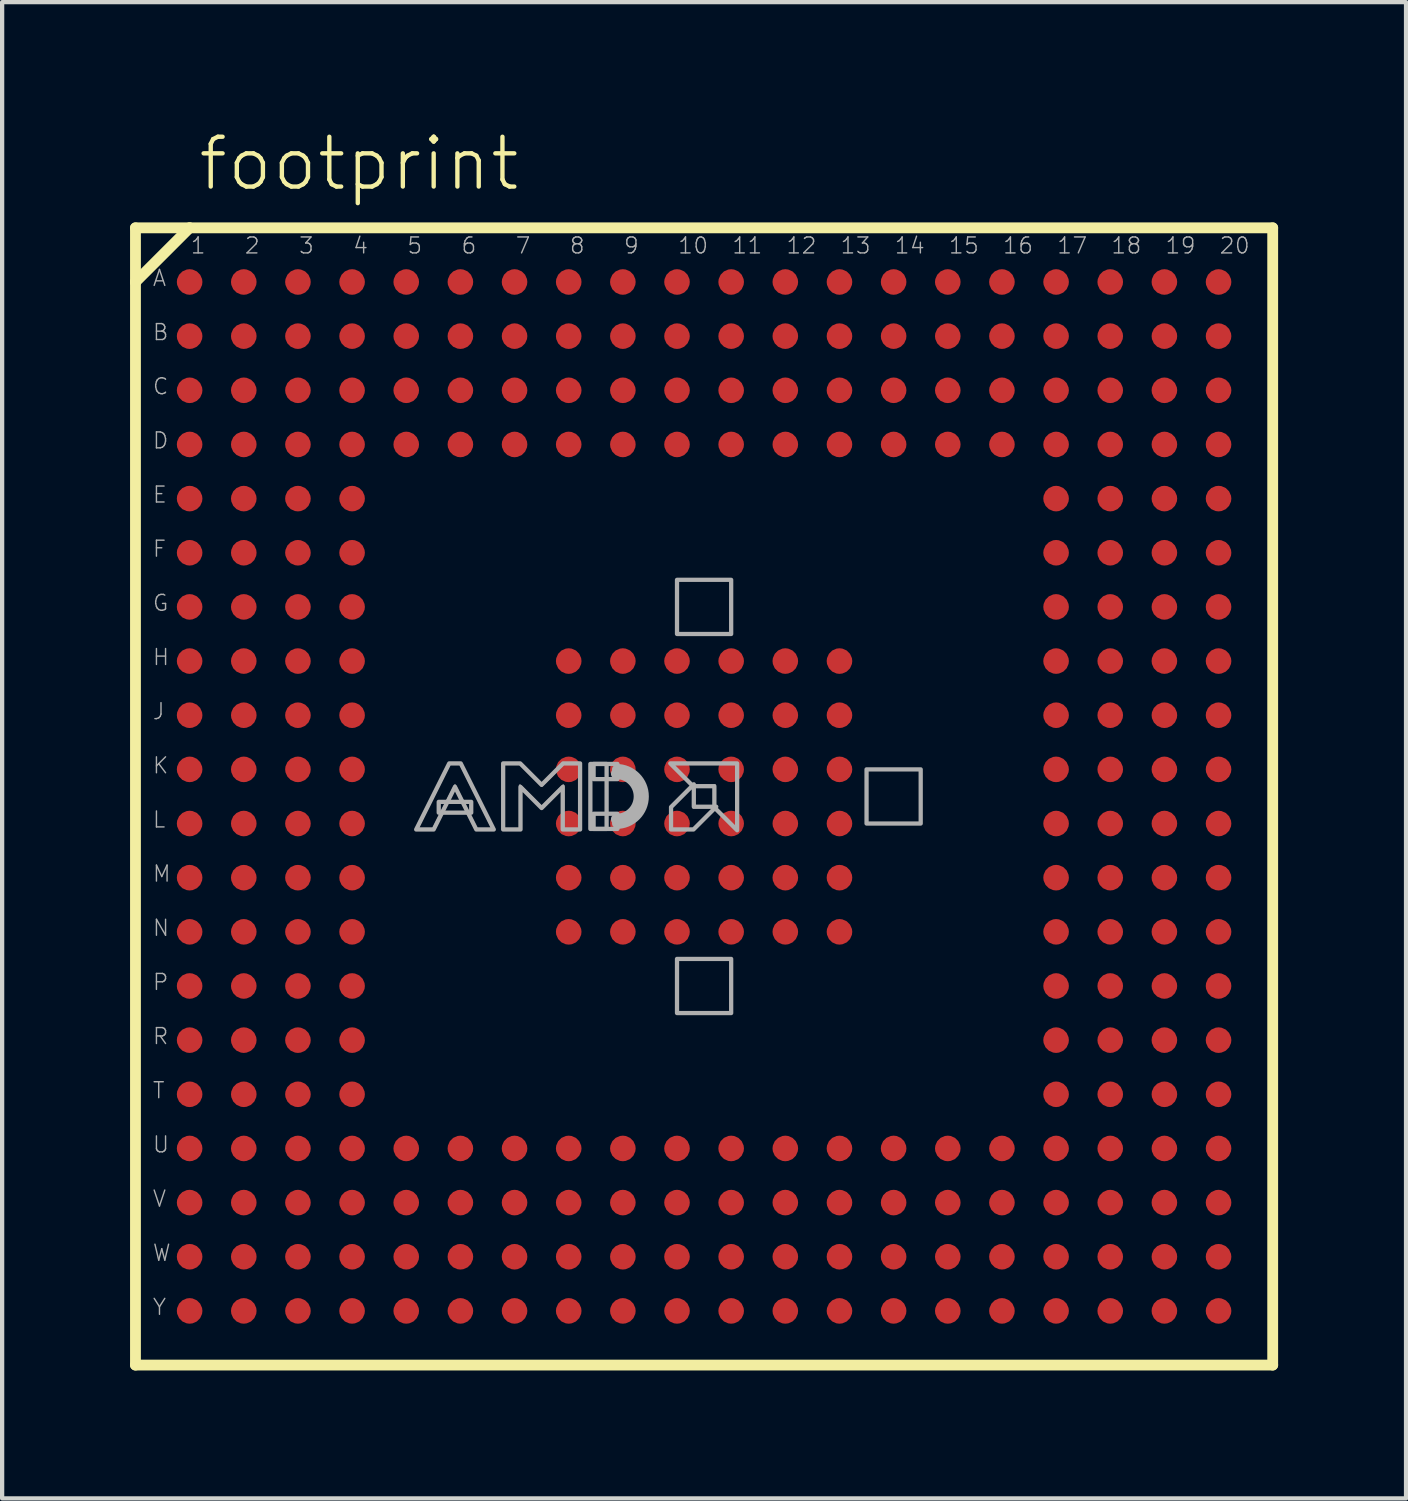
<source format=kicad_pcb>
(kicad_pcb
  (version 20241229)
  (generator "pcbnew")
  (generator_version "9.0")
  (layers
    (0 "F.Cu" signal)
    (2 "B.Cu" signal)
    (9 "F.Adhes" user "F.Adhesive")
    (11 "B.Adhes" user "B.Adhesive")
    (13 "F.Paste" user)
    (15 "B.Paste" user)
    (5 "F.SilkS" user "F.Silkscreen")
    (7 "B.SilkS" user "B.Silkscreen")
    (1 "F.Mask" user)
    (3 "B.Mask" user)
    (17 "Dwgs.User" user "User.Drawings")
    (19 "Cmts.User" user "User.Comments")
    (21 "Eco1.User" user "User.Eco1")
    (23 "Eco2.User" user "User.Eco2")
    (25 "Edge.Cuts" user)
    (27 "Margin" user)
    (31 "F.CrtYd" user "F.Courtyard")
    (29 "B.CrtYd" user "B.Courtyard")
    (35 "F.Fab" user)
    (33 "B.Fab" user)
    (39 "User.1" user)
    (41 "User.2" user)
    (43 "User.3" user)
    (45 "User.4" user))
  (footprint "footprint"
    (layer "F.Cu")
    (at 13.462 15.628)
    (property "Reference" "footprint" (at -11.915 -14.155 0) (layer "F.SilkS") (effects (font (size 1.168 1.168) (thickness 0.102)) (justify left bottom)))
    (fp_line (start -13.335 -13.335) (end -12.065 -13.335) (stroke (width 0.254) (type solid)) (layer "F.SilkS"))
    (fp_line (start -13.335 -12.065) (end -13.335 -13.335) (stroke (width 0.254) (type solid)) (layer "F.SilkS"))
    (fp_line (start -13.335 13.335) (end -13.335 -12.065) (stroke (width 0.254) (type solid)) (layer "F.SilkS"))
    (fp_line (start -12.065 -13.335) (end -13.335 -12.065) (stroke (width 0.254) (type solid)) (layer "F.SilkS"))
    (fp_line (start -12.065 -13.335) (end 13.335 -13.335) (stroke (width 0.254) (type solid)) (layer "F.SilkS"))
    (fp_line (start 13.335 -13.335) (end 13.335 13.335) (stroke (width 0.254) (type solid)) (layer "F.SilkS"))
    (fp_line (start 13.335 13.335) (end -13.335 13.335) (stroke (width 0.254) (type solid)) (layer "F.SilkS"))
    (fp_line (start -6.731 0.762) (end -5.969 -0.762) (stroke (width 0.051) (type solid)) (layer "F.Fab"))
    (fp_line (start -6.35 0.762) (end -6.731 0.762) (stroke (width 0.051) (type solid)) (layer "F.Fab"))
    (fp_line (start -5.969 -0.762) (end -5.715 -0.762) (stroke (width 0.051) (type solid)) (layer "F.Fab"))
    (fp_line (start -5.842 -0.254) (end -6.35 0.762) (stroke (width 0.051) (type solid)) (layer "F.Fab"))
    (fp_line (start -5.715 -0.762) (end -4.953 0.762) (stroke (width 0.051) (type solid)) (layer "F.Fab"))
    (fp_line (start -5.334 0.762) (end -5.842 -0.254) (stroke (width 0.051) (type solid)) (layer "F.Fab"))
    (fp_line (start -4.953 0.762) (end -5.334 0.762) (stroke (width 0.051) (type solid)) (layer "F.Fab"))
    (fp_line (start -4.699 -0.762) (end -4.318 -0.762) (stroke (width 0.051) (type solid)) (layer "F.Fab"))
    (fp_line (start -4.699 0.762) (end -4.699 -0.762) (stroke (width 0.051) (type solid)) (layer "F.Fab"))
    (fp_line (start -4.318 -0.762) (end -3.81 -0.254) (stroke (width 0.051) (type solid)) (layer "F.Fab"))
    (fp_line (start -4.318 -0.254) (end -4.318 0.762) (stroke (width 0.051) (type solid)) (layer "F.Fab"))
    (fp_line (start -4.318 0.762) (end -4.699 0.762) (stroke (width 0.051) (type solid)) (layer "F.Fab"))
    (fp_line (start -3.81 -0.254) (end -3.302 -0.762) (stroke (width 0.051) (type solid)) (layer "F.Fab"))
    (fp_line (start -3.81 0.254) (end -4.318 -0.254) (stroke (width 0.051) (type solid)) (layer "F.Fab"))
    (fp_line (start -3.302 -0.762) (end -2.921 -0.762) (stroke (width 0.051) (type solid)) (layer "F.Fab"))
    (fp_line (start -3.302 -0.254) (end -3.81 0.254) (stroke (width 0.051) (type solid)) (layer "F.Fab"))
    (fp_line (start -3.302 0.762) (end -3.302 -0.254) (stroke (width 0.051) (type solid)) (layer "F.Fab"))
    (fp_line (start -2.921 -0.762) (end -2.921 0.762) (stroke (width 0.051) (type solid)) (layer "F.Fab"))
    (fp_line (start -2.921 0.762) (end -3.302 0.762) (stroke (width 0.051) (type solid)) (layer "F.Fab"))
    (fp_line (start -0.762 -0.762) (end 0.762 -0.762) (stroke (width 0.051) (type solid)) (layer "F.Fab"))
    (fp_line (start -0.762 0.254) (end -0.762 0.762) (stroke (width 0.051) (type solid)) (layer "F.Fab"))
    (fp_line (start -0.762 0.762) (end -0.254 0.762) (stroke (width 0.051) (type solid)) (layer "F.Fab"))
    (fp_line (start -0.254 -0.254) (end -0.762 -0.762) (stroke (width 0.051) (type solid)) (layer "F.Fab"))
    (fp_line (start -0.254 -0.254) (end -0.762 0.254) (stroke (width 0.051) (type solid)) (layer "F.Fab"))
    (fp_line (start -0.254 0.254) (end -0.254 -0.254) (stroke (width 0.051) (type solid)) (layer "F.Fab"))
    (fp_line (start -0.254 0.762) (end 0.254 0.254) (stroke (width 0.051) (type solid)) (layer "F.Fab"))
    (fp_line (start 0.254 -0.254) (end -0.254 -0.254) (stroke (width 0.051) (type solid)) (layer "F.Fab"))
    (fp_line (start 0.254 0.254) (end -0.254 0.254) (stroke (width 0.051) (type solid)) (layer "F.Fab"))
    (fp_line (start 0.254 0.254) (end 0.254 -0.254) (stroke (width 0.051) (type solid)) (layer "F.Fab"))
    (fp_line (start 0.762 -0.762) (end 0.762 0.762) (stroke (width 0.051) (type solid)) (layer "F.Fab"))
    (fp_line (start 0.762 0.762) (end 0.254 0.254) (stroke (width 0.051) (type solid)) (layer "F.Fab"))
    (fp_arc (start -2.0574 -0.7366) (mid -1.3208 0) (end -2.0574 0.7366) (stroke (width 0.0508) (type solid)) (layer "F.Fab"))
    (fp_arc (start -2.0574 -0.635) (mid -1.4224 0) (end -2.0574 0.635) (stroke (width 0.2032) (type solid)) (layer "F.Fab"))
    (fp_arc (start -2.0574 -0.5334) (mid -1.524 0) (end -2.0574 0.5334) (stroke (width 0.254) (type solid)) (layer "F.Fab"))
    (fp_poly (pts (xy -6.223 0.381) (xy -5.461 0.381) (xy -5.461 0.127) (xy -6.223 0.127)) (stroke (width 0.1) (type solid)) (fill no) (layer "F.Fab"))
    (fp_poly (pts (xy -2.667 0.762) (xy -2.286 0.762) (xy -2.286 -0.762) (xy -2.667 -0.762)) (stroke (width 0.1) (type solid)) (fill no) (layer "F.Fab"))
    (fp_poly (pts (xy -2.591 -0.406) (xy -2.032 -0.406) (xy -2.032 -0.762) (xy -2.591 -0.762)) (stroke (width 0.1) (type solid)) (fill no) (layer "F.Fab"))
    (fp_poly (pts (xy -2.591 0.762) (xy -2.032 0.762) (xy -2.032 0.406) (xy -2.591 0.406)) (stroke (width 0.1) (type solid)) (fill no) (layer "F.Fab"))
    (fp_poly (pts (xy -0.635 -3.81) (xy 0.635 -3.81) (xy 0.635 -5.08) (xy -0.635 -5.08)) (stroke (width 0.1) (type solid)) (fill no) (layer "F.Fab"))
    (fp_poly (pts (xy -0.635 5.08) (xy 0.635 5.08) (xy 0.635 3.81) (xy -0.635 3.81)) (stroke (width 0.1) (type solid)) (fill no) (layer "F.Fab"))
    (fp_poly (pts (xy 3.81 0.635) (xy 5.08 0.635) (xy 5.08 -0.635) (xy 3.81 -0.635)) (stroke (width 0.1) (type solid)) (fill no) (layer "F.Fab"))
    (fp_poly (pts (xy -0.241 0.241) (xy 0.285 0.241) (xy -0.249 0.775) (xy -0.775 0.775) (xy -0.775 0.249) (xy -0.241 -0.285)) (stroke (width 0.1) (type solid)) (fill no) (layer "F.Fab"))
    (fp_poly (pts (xy 0.775 0.793) (xy 0.241 0.259) (xy 0.241 -0.241) (xy -0.259 -0.241) (xy -0.793 -0.775) (xy 0.775 -0.775)) (stroke (width 0.1) (type solid)) (fill no) (layer "F.Fab"))
    (fp_poly (pts (xy -4.932 0.775) (xy -5.342 0.775) (xy -5.842 -0.226) (xy -6.342 0.775) (xy -6.752 0.775) (xy -5.977 -0.775) (xy -5.707 -0.775)) (stroke (width 0.1) (type solid)) (fill no) (layer "F.Fab"))
    (fp_poly (pts (xy -3.81 -0.272) (xy -3.307 -0.775) (xy -2.908 -0.775) (xy -2.908 0.775) (xy -3.315 0.775) (xy -3.315 -0.223) (xy -3.81 0.272) (xy -4.305 -0.223) (xy -4.305 0.775) (xy -4.712 0.775) (xy -4.712 -0.775) (xy -4.313 -0.775)) (stroke (width 0.1) (type solid)) (fill no) (layer "F.Fab"))
    (fp_text user "F" (at -12.954 -5.588 0) (layer "F.Fab") (effects (font (size 0.374 0.374) (thickness 0.033)) (justify left bottom)))
    (fp_text user "6" (at -5.715 -12.7 0) (layer "F.Fab") (effects (font (size 0.374 0.374) (thickness 0.033)) (justify left bottom)))
    (fp_text user "L" (at -12.954 0.762 0) (layer "F.Fab") (effects (font (size 0.374 0.374) (thickness 0.033)) (justify left bottom)))
    (fp_text user "3" (at -9.525 -12.7 0) (layer "F.Fab") (effects (font (size 0.374 0.374) (thickness 0.033)) (justify left bottom)))
    (fp_text user "J" (at -12.954 -1.778 0) (layer "F.Fab") (effects (font (size 0.374 0.374) (thickness 0.033)) (justify left bottom)))
    (fp_text user "12" (at 1.905 -12.7 0) (layer "F.Fab") (effects (font (size 0.374 0.374) (thickness 0.033)) (justify left bottom)))
    (fp_text user "13" (at 3.175 -12.7 0) (layer "F.Fab") (effects (font (size 0.374 0.374) (thickness 0.033)) (justify left bottom)))
    (fp_text user "18" (at 9.525 -12.7 0) (layer "F.Fab") (effects (font (size 0.374 0.374) (thickness 0.033)) (justify left bottom)))
    (fp_text user "D" (at -12.954 -8.128 0) (layer "F.Fab") (effects (font (size 0.374 0.374) (thickness 0.033)) (justify left bottom)))
    (fp_text user "T" (at -12.954 7.112 0) (layer "F.Fab") (effects (font (size 0.374 0.374) (thickness 0.033)) (justify left bottom)))
    (fp_text user "7" (at -4.445 -12.7 0) (layer "F.Fab") (effects (font (size 0.374 0.374) (thickness 0.033)) (justify left bottom)))
    (fp_text user "H" (at -12.954 -3.048 0) (layer "F.Fab") (effects (font (size 0.374 0.374) (thickness 0.033)) (justify left bottom)))
    (fp_text user "10" (at -0.635 -12.7 0) (layer "F.Fab") (effects (font (size 0.374 0.374) (thickness 0.033)) (justify left bottom)))
    (fp_text user "G" (at -12.954 -4.318 0) (layer "F.Fab") (effects (font (size 0.374 0.374) (thickness 0.033)) (justify left bottom)))
    (fp_text user "Y" (at -12.954 12.192 0) (layer "F.Fab") (effects (font (size 0.374 0.374) (thickness 0.033)) (justify left bottom)))
    (fp_text user "P" (at -12.954 4.572 0) (layer "F.Fab") (effects (font (size 0.374 0.374) (thickness 0.033)) (justify left bottom)))
    (fp_text user "B" (at -12.954 -10.668 0) (layer "F.Fab") (effects (font (size 0.374 0.374) (thickness 0.033)) (justify left bottom)))
    (fp_text user "17" (at 8.255 -12.7 0) (layer "F.Fab") (effects (font (size 0.374 0.374) (thickness 0.033)) (justify left bottom)))
    (fp_text user "11" (at 0.635 -12.7 0) (layer "F.Fab") (effects (font (size 0.374 0.374) (thickness 0.033)) (justify left bottom)))
    (fp_text user "M" (at -12.954 2.032 0) (layer "F.Fab") (effects (font (size 0.374 0.374) (thickness 0.033)) (justify left bottom)))
    (fp_text user "15" (at 5.715 -12.7 0) (layer "F.Fab") (effects (font (size 0.374 0.374) (thickness 0.033)) (justify left bottom)))
    (fp_text user "4" (at -8.255 -12.7 0) (layer "F.Fab") (effects (font (size 0.374 0.374) (thickness 0.033)) (justify left bottom)))
    (fp_text user "20" (at 12.065 -12.7 0) (layer "F.Fab") (effects (font (size 0.374 0.374) (thickness 0.033)) (justify left bottom)))
    (fp_text user "14" (at 4.445 -12.7 0) (layer "F.Fab") (effects (font (size 0.374 0.374) (thickness 0.033)) (justify left bottom)))
    (fp_text user "C" (at -12.954 -9.398 0) (layer "F.Fab") (effects (font (size 0.374 0.374) (thickness 0.033)) (justify left bottom)))
    (fp_text user "16" (at 6.985 -12.7 0) (layer "F.Fab") (effects (font (size 0.374 0.374) (thickness 0.033)) (justify left bottom)))
    (fp_text user "8" (at -3.175 -12.7 0) (layer "F.Fab") (effects (font (size 0.374 0.374) (thickness 0.033)) (justify left bottom)))
    (fp_text user "9" (at -1.905 -12.7 0) (layer "F.Fab") (effects (font (size 0.374 0.374) (thickness 0.033)) (justify left bottom)))
    (fp_text user "V" (at -12.954 9.652 0) (layer "F.Fab") (effects (font (size 0.374 0.374) (thickness 0.033)) (justify left bottom)))
    (fp_text user "N" (at -12.954 3.302 0) (layer "F.Fab") (effects (font (size 0.374 0.374) (thickness 0.033)) (justify left bottom)))
    (fp_text user "19" (at 10.795 -12.7 0) (layer "F.Fab") (effects (font (size 0.374 0.374) (thickness 0.033)) (justify left bottom)))
    (fp_text user "R" (at -12.954 5.842 0) (layer "F.Fab") (effects (font (size 0.374 0.374) (thickness 0.033)) (justify left bottom)))
    (fp_text user "5" (at -6.985 -12.7 0) (layer "F.Fab") (effects (font (size 0.374 0.374) (thickness 0.033)) (justify left bottom)))
    (fp_text user "K" (at -12.954 -0.508 0) (layer "F.Fab") (effects (font (size 0.374 0.374) (thickness 0.033)) (justify left bottom)))
    (fp_text user "E" (at -12.954 -6.858 0) (layer "F.Fab") (effects (font (size 0.374 0.374) (thickness 0.033)) (justify left bottom)))
    (fp_text user "U" (at -12.954 8.382 0) (layer "F.Fab") (effects (font (size 0.374 0.374) (thickness 0.033)) (justify left bottom)))
    (fp_text user "1" (at -12.065 -12.7 0) (layer "F.Fab") (effects (font (size 0.374 0.374) (thickness 0.033)) (justify left bottom)))
    (fp_text user "A" (at -12.954 -11.938 0) (layer "F.Fab") (effects (font (size 0.374 0.374) (thickness 0.033)) (justify left bottom)))
    (fp_text user "W" (at -12.954 10.922 0) (layer "F.Fab") (effects (font (size 0.374 0.374) (thickness 0.033)) (justify left bottom)))
    (fp_text user "2" (at -10.795 -12.7 0) (layer "F.Fab") (effects (font (size 0.374 0.374) (thickness 0.033)) (justify left bottom)))
    (pad "A01" smd roundrect (at -12.065 -12.065) (size 0.6 0.6) (layers "F.Cu" "F.Mask" "F.Paste") (roundrect_rratio 0.5))
    (pad "A02" smd roundrect (at -10.795 -12.065) (size 0.6 0.6) (layers "F.Cu" "F.Mask" "F.Paste") (roundrect_rratio 0.5))
    (pad "A03" smd roundrect (at -9.525 -12.065) (size 0.6 0.6) (layers "F.Cu" "F.Mask" "F.Paste") (roundrect_rratio 0.5))
    (pad "A04" smd roundrect (at -8.255 -12.065) (size 0.6 0.6) (layers "F.Cu" "F.Mask" "F.Paste") (roundrect_rratio 0.5))
    (pad "A05" smd roundrect (at -6.985 -12.065) (size 0.6 0.6) (layers "F.Cu" "F.Mask" "F.Paste") (roundrect_rratio 0.5))
    (pad "A06" smd roundrect (at -5.715 -12.065) (size 0.6 0.6) (layers "F.Cu" "F.Mask" "F.Paste") (roundrect_rratio 0.5))
    (pad "A07" smd roundrect (at -4.445 -12.065) (size 0.6 0.6) (layers "F.Cu" "F.Mask" "F.Paste") (roundrect_rratio 0.5))
    (pad "A08" smd roundrect (at -3.175 -12.065) (size 0.6 0.6) (layers "F.Cu" "F.Mask" "F.Paste") (roundrect_rratio 0.5))
    (pad "A09" smd roundrect (at -1.905 -12.065) (size 0.6 0.6) (layers "F.Cu" "F.Mask" "F.Paste") (roundrect_rratio 0.5))
    (pad "A10" smd roundrect (at -0.635 -12.065) (size 0.6 0.6) (layers "F.Cu" "F.Mask" "F.Paste") (roundrect_rratio 0.5))
    (pad "A11" smd roundrect (at 0.635 -12.065) (size 0.6 0.6) (layers "F.Cu" "F.Mask" "F.Paste") (roundrect_rratio 0.5))
    (pad "A12" smd roundrect (at 1.905 -12.065) (size 0.6 0.6) (layers "F.Cu" "F.Mask" "F.Paste") (roundrect_rratio 0.5))
    (pad "A13" smd roundrect (at 3.175 -12.065) (size 0.6 0.6) (layers "F.Cu" "F.Mask" "F.Paste") (roundrect_rratio 0.5))
    (pad "A14" smd roundrect (at 4.445 -12.065) (size 0.6 0.6) (layers "F.Cu" "F.Mask" "F.Paste") (roundrect_rratio 0.5))
    (pad "A15" smd roundrect (at 5.715 -12.065) (size 0.6 0.6) (layers "F.Cu" "F.Mask" "F.Paste") (roundrect_rratio 0.5))
    (pad "A16" smd roundrect (at 6.985 -12.065) (size 0.6 0.6) (layers "F.Cu" "F.Mask" "F.Paste") (roundrect_rratio 0.5))
    (pad "A17" smd roundrect (at 8.255 -12.065) (size 0.6 0.6) (layers "F.Cu" "F.Mask" "F.Paste") (roundrect_rratio 0.5))
    (pad "A18" smd roundrect (at 9.525 -12.065) (size 0.6 0.6) (layers "F.Cu" "F.Mask" "F.Paste") (roundrect_rratio 0.5))
    (pad "A19" smd roundrect (at 10.795 -12.065) (size 0.6 0.6) (layers "F.Cu" "F.Mask" "F.Paste") (roundrect_rratio 0.5))
    (pad "A20" smd roundrect (at 12.065 -12.065) (size 0.6 0.6) (layers "F.Cu" "F.Mask" "F.Paste") (roundrect_rratio 0.5))
    (pad "B01" smd roundrect (at -12.065 -10.795) (size 0.6 0.6) (layers "F.Cu" "F.Mask" "F.Paste") (roundrect_rratio 0.5))
    (pad "B02" smd roundrect (at -10.795 -10.795) (size 0.6 0.6) (layers "F.Cu" "F.Mask" "F.Paste") (roundrect_rratio 0.5))
    (pad "B03" smd roundrect (at -9.525 -10.795) (size 0.6 0.6) (layers "F.Cu" "F.Mask" "F.Paste") (roundrect_rratio 0.5))
    (pad "B04" smd roundrect (at -8.255 -10.795) (size 0.6 0.6) (layers "F.Cu" "F.Mask" "F.Paste") (roundrect_rratio 0.5))
    (pad "B05" smd roundrect (at -6.985 -10.795) (size 0.6 0.6) (layers "F.Cu" "F.Mask" "F.Paste") (roundrect_rratio 0.5))
    (pad "B06" smd roundrect (at -5.715 -10.795) (size 0.6 0.6) (layers "F.Cu" "F.Mask" "F.Paste") (roundrect_rratio 0.5))
    (pad "B07" smd roundrect (at -4.445 -10.795) (size 0.6 0.6) (layers "F.Cu" "F.Mask" "F.Paste") (roundrect_rratio 0.5))
    (pad "B08" smd roundrect (at -3.175 -10.795) (size 0.6 0.6) (layers "F.Cu" "F.Mask" "F.Paste") (roundrect_rratio 0.5))
    (pad "B09" smd roundrect (at -1.905 -10.795) (size 0.6 0.6) (layers "F.Cu" "F.Mask" "F.Paste") (roundrect_rratio 0.5))
    (pad "B10" smd roundrect (at -0.635 -10.795) (size 0.6 0.6) (layers "F.Cu" "F.Mask" "F.Paste") (roundrect_rratio 0.5))
    (pad "B11" smd roundrect (at 0.635 -10.795) (size 0.6 0.6) (layers "F.Cu" "F.Mask" "F.Paste") (roundrect_rratio 0.5))
    (pad "B12" smd roundrect (at 1.905 -10.795) (size 0.6 0.6) (layers "F.Cu" "F.Mask" "F.Paste") (roundrect_rratio 0.5))
    (pad "B13" smd roundrect (at 3.175 -10.795) (size 0.6 0.6) (layers "F.Cu" "F.Mask" "F.Paste") (roundrect_rratio 0.5))
    (pad "B14" smd roundrect (at 4.445 -10.795) (size 0.6 0.6) (layers "F.Cu" "F.Mask" "F.Paste") (roundrect_rratio 0.5))
    (pad "B15" smd roundrect (at 5.715 -10.795) (size 0.6 0.6) (layers "F.Cu" "F.Mask" "F.Paste") (roundrect_rratio 0.5))
    (pad "B16" smd roundrect (at 6.985 -10.795) (size 0.6 0.6) (layers "F.Cu" "F.Mask" "F.Paste") (roundrect_rratio 0.5))
    (pad "B17" smd roundrect (at 8.255 -10.795) (size 0.6 0.6) (layers "F.Cu" "F.Mask" "F.Paste") (roundrect_rratio 0.5))
    (pad "B18" smd roundrect (at 9.525 -10.795) (size 0.6 0.6) (layers "F.Cu" "F.Mask" "F.Paste") (roundrect_rratio 0.5))
    (pad "B19" smd roundrect (at 10.795 -10.795) (size 0.6 0.6) (layers "F.Cu" "F.Mask" "F.Paste") (roundrect_rratio 0.5))
    (pad "B20" smd roundrect (at 12.065 -10.795) (size 0.6 0.6) (layers "F.Cu" "F.Mask" "F.Paste") (roundrect_rratio 0.5))
    (pad "C01" smd roundrect (at -12.065 -9.525) (size 0.6 0.6) (layers "F.Cu" "F.Mask" "F.Paste") (roundrect_rratio 0.5))
    (pad "C02" smd roundrect (at -10.795 -9.525) (size 0.6 0.6) (layers "F.Cu" "F.Mask" "F.Paste") (roundrect_rratio 0.5))
    (pad "C03" smd roundrect (at -9.525 -9.525) (size 0.6 0.6) (layers "F.Cu" "F.Mask" "F.Paste") (roundrect_rratio 0.5))
    (pad "C04" smd roundrect (at -8.255 -9.525) (size 0.6 0.6) (layers "F.Cu" "F.Mask" "F.Paste") (roundrect_rratio 0.5))
    (pad "C05" smd roundrect (at -6.985 -9.525) (size 0.6 0.6) (layers "F.Cu" "F.Mask" "F.Paste") (roundrect_rratio 0.5))
    (pad "C06" smd roundrect (at -5.715 -9.525) (size 0.6 0.6) (layers "F.Cu" "F.Mask" "F.Paste") (roundrect_rratio 0.5))
    (pad "C07" smd roundrect (at -4.445 -9.525) (size 0.6 0.6) (layers "F.Cu" "F.Mask" "F.Paste") (roundrect_rratio 0.5))
    (pad "C08" smd roundrect (at -3.175 -9.525) (size 0.6 0.6) (layers "F.Cu" "F.Mask" "F.Paste") (roundrect_rratio 0.5))
    (pad "C09" smd roundrect (at -1.905 -9.525) (size 0.6 0.6) (layers "F.Cu" "F.Mask" "F.Paste") (roundrect_rratio 0.5))
    (pad "C10" smd roundrect (at -0.635 -9.525) (size 0.6 0.6) (layers "F.Cu" "F.Mask" "F.Paste") (roundrect_rratio 0.5))
    (pad "C11" smd roundrect (at 0.635 -9.525) (size 0.6 0.6) (layers "F.Cu" "F.Mask" "F.Paste") (roundrect_rratio 0.5))
    (pad "C12" smd roundrect (at 1.905 -9.525) (size 0.6 0.6) (layers "F.Cu" "F.Mask" "F.Paste") (roundrect_rratio 0.5))
    (pad "C13" smd roundrect (at 3.175 -9.525) (size 0.6 0.6) (layers "F.Cu" "F.Mask" "F.Paste") (roundrect_rratio 0.5))
    (pad "C14" smd roundrect (at 4.445 -9.525) (size 0.6 0.6) (layers "F.Cu" "F.Mask" "F.Paste") (roundrect_rratio 0.5))
    (pad "C15" smd roundrect (at 5.715 -9.525) (size 0.6 0.6) (layers "F.Cu" "F.Mask" "F.Paste") (roundrect_rratio 0.5))
    (pad "C16" smd roundrect (at 6.985 -9.525) (size 0.6 0.6) (layers "F.Cu" "F.Mask" "F.Paste") (roundrect_rratio 0.5))
    (pad "C17" smd roundrect (at 8.255 -9.525) (size 0.6 0.6) (layers "F.Cu" "F.Mask" "F.Paste") (roundrect_rratio 0.5))
    (pad "C18" smd roundrect (at 9.525 -9.525) (size 0.6 0.6) (layers "F.Cu" "F.Mask" "F.Paste") (roundrect_rratio 0.5))
    (pad "C19" smd roundrect (at 10.795 -9.525) (size 0.6 0.6) (layers "F.Cu" "F.Mask" "F.Paste") (roundrect_rratio 0.5))
    (pad "C20" smd roundrect (at 12.065 -9.525) (size 0.6 0.6) (layers "F.Cu" "F.Mask" "F.Paste") (roundrect_rratio 0.5))
    (pad "D01" smd roundrect (at -12.065 -8.255) (size 0.6 0.6) (layers "F.Cu" "F.Mask" "F.Paste") (roundrect_rratio 0.5))
    (pad "D02" smd roundrect (at -10.795 -8.255) (size 0.6 0.6) (layers "F.Cu" "F.Mask" "F.Paste") (roundrect_rratio 0.5))
    (pad "D03" smd roundrect (at -9.525 -8.255) (size 0.6 0.6) (layers "F.Cu" "F.Mask" "F.Paste") (roundrect_rratio 0.5))
    (pad "D04" smd roundrect (at -8.255 -8.255) (size 0.6 0.6) (layers "F.Cu" "F.Mask" "F.Paste") (roundrect_rratio 0.5))
    (pad "D05" smd roundrect (at -6.985 -8.255) (size 0.6 0.6) (layers "F.Cu" "F.Mask" "F.Paste") (roundrect_rratio 0.5))
    (pad "D06" smd roundrect (at -5.715 -8.255) (size 0.6 0.6) (layers "F.Cu" "F.Mask" "F.Paste") (roundrect_rratio 0.5))
    (pad "D07" smd roundrect (at -4.445 -8.255) (size 0.6 0.6) (layers "F.Cu" "F.Mask" "F.Paste") (roundrect_rratio 0.5))
    (pad "D08" smd roundrect (at -3.175 -8.255) (size 0.6 0.6) (layers "F.Cu" "F.Mask" "F.Paste") (roundrect_rratio 0.5))
    (pad "D09" smd roundrect (at -1.905 -8.255) (size 0.6 0.6) (layers "F.Cu" "F.Mask" "F.Paste") (roundrect_rratio 0.5))
    (pad "D10" smd roundrect (at -0.635 -8.255) (size 0.6 0.6) (layers "F.Cu" "F.Mask" "F.Paste") (roundrect_rratio 0.5))
    (pad "D11" smd roundrect (at 0.635 -8.255) (size 0.6 0.6) (layers "F.Cu" "F.Mask" "F.Paste") (roundrect_rratio 0.5))
    (pad "D12" smd roundrect (at 1.905 -8.255) (size 0.6 0.6) (layers "F.Cu" "F.Mask" "F.Paste") (roundrect_rratio 0.5))
    (pad "D13" smd roundrect (at 3.175 -8.255) (size 0.6 0.6) (layers "F.Cu" "F.Mask" "F.Paste") (roundrect_rratio 0.5))
    (pad "D14" smd roundrect (at 4.445 -8.255) (size 0.6 0.6) (layers "F.Cu" "F.Mask" "F.Paste") (roundrect_rratio 0.5))
    (pad "D15" smd roundrect (at 5.715 -8.255) (size 0.6 0.6) (layers "F.Cu" "F.Mask" "F.Paste") (roundrect_rratio 0.5))
    (pad "D16" smd roundrect (at 6.985 -8.255) (size 0.6 0.6) (layers "F.Cu" "F.Mask" "F.Paste") (roundrect_rratio 0.5))
    (pad "D17" smd roundrect (at 8.255 -8.255) (size 0.6 0.6) (layers "F.Cu" "F.Mask" "F.Paste") (roundrect_rratio 0.5))
    (pad "D18" smd roundrect (at 9.525 -8.255) (size 0.6 0.6) (layers "F.Cu" "F.Mask" "F.Paste") (roundrect_rratio 0.5))
    (pad "D19" smd roundrect (at 10.795 -8.255) (size 0.6 0.6) (layers "F.Cu" "F.Mask" "F.Paste") (roundrect_rratio 0.5))
    (pad "D20" smd roundrect (at 12.065 -8.255) (size 0.6 0.6) (layers "F.Cu" "F.Mask" "F.Paste") (roundrect_rratio 0.5))
    (pad "E01" smd roundrect (at -12.065 -6.985) (size 0.6 0.6) (layers "F.Cu" "F.Mask" "F.Paste") (roundrect_rratio 0.5))
    (pad "E02" smd roundrect (at -10.795 -6.985) (size 0.6 0.6) (layers "F.Cu" "F.Mask" "F.Paste") (roundrect_rratio 0.5))
    (pad "E03" smd roundrect (at -9.525 -6.985) (size 0.6 0.6) (layers "F.Cu" "F.Mask" "F.Paste") (roundrect_rratio 0.5))
    (pad "E04" smd roundrect (at -8.255 -6.985) (size 0.6 0.6) (layers "F.Cu" "F.Mask" "F.Paste") (roundrect_rratio 0.5))
    (pad "E17" smd roundrect (at 8.255 -6.985) (size 0.6 0.6) (layers "F.Cu" "F.Mask" "F.Paste") (roundrect_rratio 0.5))
    (pad "E18" smd roundrect (at 9.525 -6.985) (size 0.6 0.6) (layers "F.Cu" "F.Mask" "F.Paste") (roundrect_rratio 0.5))
    (pad "E19" smd roundrect (at 10.795 -6.985) (size 0.6 0.6) (layers "F.Cu" "F.Mask" "F.Paste") (roundrect_rratio 0.5))
    (pad "E20" smd roundrect (at 12.065 -6.985) (size 0.6 0.6) (layers "F.Cu" "F.Mask" "F.Paste") (roundrect_rratio 0.5))
    (pad "F01" smd roundrect (at -12.065 -5.715) (size 0.6 0.6) (layers "F.Cu" "F.Mask" "F.Paste") (roundrect_rratio 0.5))
    (pad "F02" smd roundrect (at -10.795 -5.715) (size 0.6 0.6) (layers "F.Cu" "F.Mask" "F.Paste") (roundrect_rratio 0.5))
    (pad "F03" smd roundrect (at -9.525 -5.715) (size 0.6 0.6) (layers "F.Cu" "F.Mask" "F.Paste") (roundrect_rratio 0.5))
    (pad "F04" smd roundrect (at -8.255 -5.715) (size 0.6 0.6) (layers "F.Cu" "F.Mask" "F.Paste") (roundrect_rratio 0.5))
    (pad "F17" smd roundrect (at 8.255 -5.715) (size 0.6 0.6) (layers "F.Cu" "F.Mask" "F.Paste") (roundrect_rratio 0.5))
    (pad "F18" smd roundrect (at 9.525 -5.715) (size 0.6 0.6) (layers "F.Cu" "F.Mask" "F.Paste") (roundrect_rratio 0.5))
    (pad "F19" smd roundrect (at 10.795 -5.715) (size 0.6 0.6) (layers "F.Cu" "F.Mask" "F.Paste") (roundrect_rratio 0.5))
    (pad "F20" smd roundrect (at 12.065 -5.715) (size 0.6 0.6) (layers "F.Cu" "F.Mask" "F.Paste") (roundrect_rratio 0.5))
    (pad "G01" smd roundrect (at -12.065 -4.445) (size 0.6 0.6) (layers "F.Cu" "F.Mask" "F.Paste") (roundrect_rratio 0.5))
    (pad "G02" smd roundrect (at -10.795 -4.445) (size 0.6 0.6) (layers "F.Cu" "F.Mask" "F.Paste") (roundrect_rratio 0.5))
    (pad "G03" smd roundrect (at -9.525 -4.445) (size 0.6 0.6) (layers "F.Cu" "F.Mask" "F.Paste") (roundrect_rratio 0.5))
    (pad "G04" smd roundrect (at -8.255 -4.445) (size 0.6 0.6) (layers "F.Cu" "F.Mask" "F.Paste") (roundrect_rratio 0.5))
    (pad "G17" smd roundrect (at 8.255 -4.445) (size 0.6 0.6) (layers "F.Cu" "F.Mask" "F.Paste") (roundrect_rratio 0.5))
    (pad "G18" smd roundrect (at 9.525 -4.445) (size 0.6 0.6) (layers "F.Cu" "F.Mask" "F.Paste") (roundrect_rratio 0.5))
    (pad "G19" smd roundrect (at 10.795 -4.445) (size 0.6 0.6) (layers "F.Cu" "F.Mask" "F.Paste") (roundrect_rratio 0.5))
    (pad "G20" smd roundrect (at 12.065 -4.445) (size 0.6 0.6) (layers "F.Cu" "F.Mask" "F.Paste") (roundrect_rratio 0.5))
    (pad "H01" smd roundrect (at -12.065 -3.175) (size 0.6 0.6) (layers "F.Cu" "F.Mask" "F.Paste") (roundrect_rratio 0.5))
    (pad "H02" smd roundrect (at -10.795 -3.175) (size 0.6 0.6) (layers "F.Cu" "F.Mask" "F.Paste") (roundrect_rratio 0.5))
    (pad "H03" smd roundrect (at -9.525 -3.175) (size 0.6 0.6) (layers "F.Cu" "F.Mask" "F.Paste") (roundrect_rratio 0.5))
    (pad "H04" smd roundrect (at -8.255 -3.175) (size 0.6 0.6) (layers "F.Cu" "F.Mask" "F.Paste") (roundrect_rratio 0.5))
    (pad "H08" smd roundrect (at -3.175 -3.175) (size 0.6 0.6) (layers "F.Cu" "F.Mask" "F.Paste") (roundrect_rratio 0.5))
    (pad "H09" smd roundrect (at -1.905 -3.175) (size 0.6 0.6) (layers "F.Cu" "F.Mask" "F.Paste") (roundrect_rratio 0.5))
    (pad "H10" smd roundrect (at -0.635 -3.175) (size 0.6 0.6) (layers "F.Cu" "F.Mask" "F.Paste") (roundrect_rratio 0.5))
    (pad "H11" smd roundrect (at 0.635 -3.175) (size 0.6 0.6) (layers "F.Cu" "F.Mask" "F.Paste") (roundrect_rratio 0.5))
    (pad "H12" smd roundrect (at 1.905 -3.175) (size 0.6 0.6) (layers "F.Cu" "F.Mask" "F.Paste") (roundrect_rratio 0.5))
    (pad "H13" smd roundrect (at 3.175 -3.175) (size 0.6 0.6) (layers "F.Cu" "F.Mask" "F.Paste") (roundrect_rratio 0.5))
    (pad "H17" smd roundrect (at 8.255 -3.175) (size 0.6 0.6) (layers "F.Cu" "F.Mask" "F.Paste") (roundrect_rratio 0.5))
    (pad "H18" smd roundrect (at 9.525 -3.175) (size 0.6 0.6) (layers "F.Cu" "F.Mask" "F.Paste") (roundrect_rratio 0.5))
    (pad "H19" smd roundrect (at 10.795 -3.175) (size 0.6 0.6) (layers "F.Cu" "F.Mask" "F.Paste") (roundrect_rratio 0.5))
    (pad "H20" smd roundrect (at 12.065 -3.175) (size 0.6 0.6) (layers "F.Cu" "F.Mask" "F.Paste") (roundrect_rratio 0.5))
    (pad "J01" smd roundrect (at -12.065 -1.905) (size 0.6 0.6) (layers "F.Cu" "F.Mask" "F.Paste") (roundrect_rratio 0.5))
    (pad "J02" smd roundrect (at -10.795 -1.905) (size 0.6 0.6) (layers "F.Cu" "F.Mask" "F.Paste") (roundrect_rratio 0.5))
    (pad "J03" smd roundrect (at -9.525 -1.905) (size 0.6 0.6) (layers "F.Cu" "F.Mask" "F.Paste") (roundrect_rratio 0.5))
    (pad "J04" smd roundrect (at -8.255 -1.905) (size 0.6 0.6) (layers "F.Cu" "F.Mask" "F.Paste") (roundrect_rratio 0.5))
    (pad "J08" smd roundrect (at -3.175 -1.905) (size 0.6 0.6) (layers "F.Cu" "F.Mask" "F.Paste") (roundrect_rratio 0.5))
    (pad "J09" smd roundrect (at -1.905 -1.905) (size 0.6 0.6) (layers "F.Cu" "F.Mask" "F.Paste") (roundrect_rratio 0.5))
    (pad "J10" smd roundrect (at -0.635 -1.905) (size 0.6 0.6) (layers "F.Cu" "F.Mask" "F.Paste") (roundrect_rratio 0.5))
    (pad "J11" smd roundrect (at 0.635 -1.905) (size 0.6 0.6) (layers "F.Cu" "F.Mask" "F.Paste") (roundrect_rratio 0.5))
    (pad "J12" smd roundrect (at 1.905 -1.905) (size 0.6 0.6) (layers "F.Cu" "F.Mask" "F.Paste") (roundrect_rratio 0.5))
    (pad "J13" smd roundrect (at 3.175 -1.905) (size 0.6 0.6) (layers "F.Cu" "F.Mask" "F.Paste") (roundrect_rratio 0.5))
    (pad "J17" smd roundrect (at 8.255 -1.905) (size 0.6 0.6) (layers "F.Cu" "F.Mask" "F.Paste") (roundrect_rratio 0.5))
    (pad "J18" smd roundrect (at 9.525 -1.905) (size 0.6 0.6) (layers "F.Cu" "F.Mask" "F.Paste") (roundrect_rratio 0.5))
    (pad "J19" smd roundrect (at 10.795 -1.905) (size 0.6 0.6) (layers "F.Cu" "F.Mask" "F.Paste") (roundrect_rratio 0.5))
    (pad "J20" smd roundrect (at 12.065 -1.905) (size 0.6 0.6) (layers "F.Cu" "F.Mask" "F.Paste") (roundrect_rratio 0.5))
    (pad "K01" smd roundrect (at -12.065 -0.635) (size 0.6 0.6) (layers "F.Cu" "F.Mask" "F.Paste") (roundrect_rratio 0.5))
    (pad "K02" smd roundrect (at -10.795 -0.635) (size 0.6 0.6) (layers "F.Cu" "F.Mask" "F.Paste") (roundrect_rratio 0.5))
    (pad "K03" smd roundrect (at -9.525 -0.635) (size 0.6 0.6) (layers "F.Cu" "F.Mask" "F.Paste") (roundrect_rratio 0.5))
    (pad "K04" smd roundrect (at -8.255 -0.635) (size 0.6 0.6) (layers "F.Cu" "F.Mask" "F.Paste") (roundrect_rratio 0.5))
    (pad "K08" smd roundrect (at -3.175 -0.635) (size 0.6 0.6) (layers "F.Cu" "F.Mask" "F.Paste") (roundrect_rratio 0.5))
    (pad "K09" smd roundrect (at -1.905 -0.635) (size 0.6 0.6) (layers "F.Cu" "F.Mask" "F.Paste") (roundrect_rratio 0.5))
    (pad "K10" smd roundrect (at -0.635 -0.635) (size 0.6 0.6) (layers "F.Cu" "F.Mask" "F.Paste") (roundrect_rratio 0.5))
    (pad "K11" smd roundrect (at 0.635 -0.635) (size 0.6 0.6) (layers "F.Cu" "F.Mask" "F.Paste") (roundrect_rratio 0.5))
    (pad "K12" smd roundrect (at 1.905 -0.635) (size 0.6 0.6) (layers "F.Cu" "F.Mask" "F.Paste") (roundrect_rratio 0.5))
    (pad "K13" smd roundrect (at 3.175 -0.635) (size 0.6 0.6) (layers "F.Cu" "F.Mask" "F.Paste") (roundrect_rratio 0.5))
    (pad "K17" smd roundrect (at 8.255 -0.635) (size 0.6 0.6) (layers "F.Cu" "F.Mask" "F.Paste") (roundrect_rratio 0.5))
    (pad "K18" smd roundrect (at 9.525 -0.635) (size 0.6 0.6) (layers "F.Cu" "F.Mask" "F.Paste") (roundrect_rratio 0.5))
    (pad "K19" smd roundrect (at 10.795 -0.635) (size 0.6 0.6) (layers "F.Cu" "F.Mask" "F.Paste") (roundrect_rratio 0.5))
    (pad "K20" smd roundrect (at 12.065 -0.635) (size 0.6 0.6) (layers "F.Cu" "F.Mask" "F.Paste") (roundrect_rratio 0.5))
    (pad "L01" smd roundrect (at -12.065 0.635) (size 0.6 0.6) (layers "F.Cu" "F.Mask" "F.Paste") (roundrect_rratio 0.5))
    (pad "L02" smd roundrect (at -10.795 0.635) (size 0.6 0.6) (layers "F.Cu" "F.Mask" "F.Paste") (roundrect_rratio 0.5))
    (pad "L03" smd roundrect (at -9.525 0.635) (size 0.6 0.6) (layers "F.Cu" "F.Mask" "F.Paste") (roundrect_rratio 0.5))
    (pad "L04" smd roundrect (at -8.255 0.635) (size 0.6 0.6) (layers "F.Cu" "F.Mask" "F.Paste") (roundrect_rratio 0.5))
    (pad "L08" smd roundrect (at -3.175 0.635) (size 0.6 0.6) (layers "F.Cu" "F.Mask" "F.Paste") (roundrect_rratio 0.5))
    (pad "L09" smd roundrect (at -1.905 0.635) (size 0.6 0.6) (layers "F.Cu" "F.Mask" "F.Paste") (roundrect_rratio 0.5))
    (pad "L10" smd roundrect (at -0.635 0.635) (size 0.6 0.6) (layers "F.Cu" "F.Mask" "F.Paste") (roundrect_rratio 0.5))
    (pad "L11" smd roundrect (at 0.635 0.635) (size 0.6 0.6) (layers "F.Cu" "F.Mask" "F.Paste") (roundrect_rratio 0.5))
    (pad "L12" smd roundrect (at 1.905 0.635) (size 0.6 0.6) (layers "F.Cu" "F.Mask" "F.Paste") (roundrect_rratio 0.5))
    (pad "L13" smd roundrect (at 3.175 0.635) (size 0.6 0.6) (layers "F.Cu" "F.Mask" "F.Paste") (roundrect_rratio 0.5))
    (pad "L17" smd roundrect (at 8.255 0.635) (size 0.6 0.6) (layers "F.Cu" "F.Mask" "F.Paste") (roundrect_rratio 0.5))
    (pad "L18" smd roundrect (at 9.525 0.635) (size 0.6 0.6) (layers "F.Cu" "F.Mask" "F.Paste") (roundrect_rratio 0.5))
    (pad "L19" smd roundrect (at 10.795 0.635) (size 0.6 0.6) (layers "F.Cu" "F.Mask" "F.Paste") (roundrect_rratio 0.5))
    (pad "L20" smd roundrect (at 12.065 0.635) (size 0.6 0.6) (layers "F.Cu" "F.Mask" "F.Paste") (roundrect_rratio 0.5))
    (pad "M01" smd roundrect (at -12.065 1.905) (size 0.6 0.6) (layers "F.Cu" "F.Mask" "F.Paste") (roundrect_rratio 0.5))
    (pad "M02" smd roundrect (at -10.795 1.905) (size 0.6 0.6) (layers "F.Cu" "F.Mask" "F.Paste") (roundrect_rratio 0.5))
    (pad "M03" smd roundrect (at -9.525 1.905) (size 0.6 0.6) (layers "F.Cu" "F.Mask" "F.Paste") (roundrect_rratio 0.5))
    (pad "M04" smd roundrect (at -8.255 1.905) (size 0.6 0.6) (layers "F.Cu" "F.Mask" "F.Paste") (roundrect_rratio 0.5))
    (pad "M08" smd roundrect (at -3.175 1.905) (size 0.6 0.6) (layers "F.Cu" "F.Mask" "F.Paste") (roundrect_rratio 0.5))
    (pad "M09" smd roundrect (at -1.905 1.905) (size 0.6 0.6) (layers "F.Cu" "F.Mask" "F.Paste") (roundrect_rratio 0.5))
    (pad "M10" smd roundrect (at -0.635 1.905) (size 0.6 0.6) (layers "F.Cu" "F.Mask" "F.Paste") (roundrect_rratio 0.5))
    (pad "M11" smd roundrect (at 0.635 1.905) (size 0.6 0.6) (layers "F.Cu" "F.Mask" "F.Paste") (roundrect_rratio 0.5))
    (pad "M12" smd roundrect (at 1.905 1.905) (size 0.6 0.6) (layers "F.Cu" "F.Mask" "F.Paste") (roundrect_rratio 0.5))
    (pad "M13" smd roundrect (at 3.175 1.905) (size 0.6 0.6) (layers "F.Cu" "F.Mask" "F.Paste") (roundrect_rratio 0.5))
    (pad "M17" smd roundrect (at 8.255 1.905) (size 0.6 0.6) (layers "F.Cu" "F.Mask" "F.Paste") (roundrect_rratio 0.5))
    (pad "M18" smd roundrect (at 9.525 1.905) (size 0.6 0.6) (layers "F.Cu" "F.Mask" "F.Paste") (roundrect_rratio 0.5))
    (pad "M19" smd roundrect (at 10.795 1.905) (size 0.6 0.6) (layers "F.Cu" "F.Mask" "F.Paste") (roundrect_rratio 0.5))
    (pad "M20" smd roundrect (at 12.065 1.905) (size 0.6 0.6) (layers "F.Cu" "F.Mask" "F.Paste") (roundrect_rratio 0.5))
    (pad "N01" smd roundrect (at -12.065 3.175) (size 0.6 0.6) (layers "F.Cu" "F.Mask" "F.Paste") (roundrect_rratio 0.5))
    (pad "N02" smd roundrect (at -10.795 3.175) (size 0.6 0.6) (layers "F.Cu" "F.Mask" "F.Paste") (roundrect_rratio 0.5))
    (pad "N03" smd roundrect (at -9.525 3.175) (size 0.6 0.6) (layers "F.Cu" "F.Mask" "F.Paste") (roundrect_rratio 0.5))
    (pad "N04" smd roundrect (at -8.255 3.175) (size 0.6 0.6) (layers "F.Cu" "F.Mask" "F.Paste") (roundrect_rratio 0.5))
    (pad "N08" smd roundrect (at -3.175 3.175) (size 0.6 0.6) (layers "F.Cu" "F.Mask" "F.Paste") (roundrect_rratio 0.5))
    (pad "N09" smd roundrect (at -1.905 3.175) (size 0.6 0.6) (layers "F.Cu" "F.Mask" "F.Paste") (roundrect_rratio 0.5))
    (pad "N10" smd roundrect (at -0.635 3.175) (size 0.6 0.6) (layers "F.Cu" "F.Mask" "F.Paste") (roundrect_rratio 0.5))
    (pad "N11" smd roundrect (at 0.635 3.175) (size 0.6 0.6) (layers "F.Cu" "F.Mask" "F.Paste") (roundrect_rratio 0.5))
    (pad "N12" smd roundrect (at 1.905 3.175) (size 0.6 0.6) (layers "F.Cu" "F.Mask" "F.Paste") (roundrect_rratio 0.5))
    (pad "N13" smd roundrect (at 3.175 3.175) (size 0.6 0.6) (layers "F.Cu" "F.Mask" "F.Paste") (roundrect_rratio 0.5))
    (pad "N17" smd roundrect (at 8.255 3.175) (size 0.6 0.6) (layers "F.Cu" "F.Mask" "F.Paste") (roundrect_rratio 0.5))
    (pad "N18" smd roundrect (at 9.525 3.175) (size 0.6 0.6) (layers "F.Cu" "F.Mask" "F.Paste") (roundrect_rratio 0.5))
    (pad "N19" smd roundrect (at 10.795 3.175) (size 0.6 0.6) (layers "F.Cu" "F.Mask" "F.Paste") (roundrect_rratio 0.5))
    (pad "N20" smd roundrect (at 12.065 3.175) (size 0.6 0.6) (layers "F.Cu" "F.Mask" "F.Paste") (roundrect_rratio 0.5))
    (pad "P01" smd roundrect (at -12.065 4.445) (size 0.6 0.6) (layers "F.Cu" "F.Mask" "F.Paste") (roundrect_rratio 0.5))
    (pad "P02" smd roundrect (at -10.795 4.445) (size 0.6 0.6) (layers "F.Cu" "F.Mask" "F.Paste") (roundrect_rratio 0.5))
    (pad "P03" smd roundrect (at -9.525 4.445) (size 0.6 0.6) (layers "F.Cu" "F.Mask" "F.Paste") (roundrect_rratio 0.5))
    (pad "P04" smd roundrect (at -8.255 4.445) (size 0.6 0.6) (layers "F.Cu" "F.Mask" "F.Paste") (roundrect_rratio 0.5))
    (pad "P17" smd roundrect (at 8.255 4.445) (size 0.6 0.6) (layers "F.Cu" "F.Mask" "F.Paste") (roundrect_rratio 0.5))
    (pad "P18" smd roundrect (at 9.525 4.445) (size 0.6 0.6) (layers "F.Cu" "F.Mask" "F.Paste") (roundrect_rratio 0.5))
    (pad "P19" smd roundrect (at 10.795 4.445) (size 0.6 0.6) (layers "F.Cu" "F.Mask" "F.Paste") (roundrect_rratio 0.5))
    (pad "P20" smd roundrect (at 12.065 4.445) (size 0.6 0.6) (layers "F.Cu" "F.Mask" "F.Paste") (roundrect_rratio 0.5))
    (pad "R01" smd roundrect (at -12.065 5.715) (size 0.6 0.6) (layers "F.Cu" "F.Mask" "F.Paste") (roundrect_rratio 0.5))
    (pad "R02" smd roundrect (at -10.795 5.715) (size 0.6 0.6) (layers "F.Cu" "F.Mask" "F.Paste") (roundrect_rratio 0.5))
    (pad "R03" smd roundrect (at -9.525 5.715) (size 0.6 0.6) (layers "F.Cu" "F.Mask" "F.Paste") (roundrect_rratio 0.5))
    (pad "R04" smd roundrect (at -8.255 5.715) (size 0.6 0.6) (layers "F.Cu" "F.Mask" "F.Paste") (roundrect_rratio 0.5))
    (pad "R17" smd roundrect (at 8.255 5.715) (size 0.6 0.6) (layers "F.Cu" "F.Mask" "F.Paste") (roundrect_rratio 0.5))
    (pad "R18" smd roundrect (at 9.525 5.715) (size 0.6 0.6) (layers "F.Cu" "F.Mask" "F.Paste") (roundrect_rratio 0.5))
    (pad "R19" smd roundrect (at 10.795 5.715) (size 0.6 0.6) (layers "F.Cu" "F.Mask" "F.Paste") (roundrect_rratio 0.5))
    (pad "R20" smd roundrect (at 12.065 5.715) (size 0.6 0.6) (layers "F.Cu" "F.Mask" "F.Paste") (roundrect_rratio 0.5))
    (pad "T01" smd roundrect (at -12.065 6.985) (size 0.6 0.6) (layers "F.Cu" "F.Mask" "F.Paste") (roundrect_rratio 0.5))
    (pad "T02" smd roundrect (at -10.795 6.985) (size 0.6 0.6) (layers "F.Cu" "F.Mask" "F.Paste") (roundrect_rratio 0.5))
    (pad "T03" smd roundrect (at -9.525 6.985) (size 0.6 0.6) (layers "F.Cu" "F.Mask" "F.Paste") (roundrect_rratio 0.5))
    (pad "T04" smd roundrect (at -8.255 6.985) (size 0.6 0.6) (layers "F.Cu" "F.Mask" "F.Paste") (roundrect_rratio 0.5))
    (pad "T17" smd roundrect (at 8.255 6.985) (size 0.6 0.6) (layers "F.Cu" "F.Mask" "F.Paste") (roundrect_rratio 0.5))
    (pad "T18" smd roundrect (at 9.525 6.985) (size 0.6 0.6) (layers "F.Cu" "F.Mask" "F.Paste") (roundrect_rratio 0.5))
    (pad "T19" smd roundrect (at 10.795 6.985) (size 0.6 0.6) (layers "F.Cu" "F.Mask" "F.Paste") (roundrect_rratio 0.5))
    (pad "T20" smd roundrect (at 12.065 6.985) (size 0.6 0.6) (layers "F.Cu" "F.Mask" "F.Paste") (roundrect_rratio 0.5))
    (pad "U01" smd roundrect (at -12.065 8.255) (size 0.6 0.6) (layers "F.Cu" "F.Mask" "F.Paste") (roundrect_rratio 0.5))
    (pad "U02" smd roundrect (at -10.795 8.255) (size 0.6 0.6) (layers "F.Cu" "F.Mask" "F.Paste") (roundrect_rratio 0.5))
    (pad "U03" smd roundrect (at -9.525 8.255) (size 0.6 0.6) (layers "F.Cu" "F.Mask" "F.Paste") (roundrect_rratio 0.5))
    (pad "U04" smd roundrect (at -8.255 8.255) (size 0.6 0.6) (layers "F.Cu" "F.Mask" "F.Paste") (roundrect_rratio 0.5))
    (pad "U05" smd roundrect (at -6.985 8.255) (size 0.6 0.6) (layers "F.Cu" "F.Mask" "F.Paste") (roundrect_rratio 0.5))
    (pad "U06" smd roundrect (at -5.715 8.255) (size 0.6 0.6) (layers "F.Cu" "F.Mask" "F.Paste") (roundrect_rratio 0.5))
    (pad "U07" smd roundrect (at -4.445 8.255) (size 0.6 0.6) (layers "F.Cu" "F.Mask" "F.Paste") (roundrect_rratio 0.5))
    (pad "U08" smd roundrect (at -3.175 8.255) (size 0.6 0.6) (layers "F.Cu" "F.Mask" "F.Paste") (roundrect_rratio 0.5))
    (pad "U09" smd roundrect (at -1.905 8.255) (size 0.6 0.6) (layers "F.Cu" "F.Mask" "F.Paste") (roundrect_rratio 0.5))
    (pad "U10" smd roundrect (at -0.635 8.255) (size 0.6 0.6) (layers "F.Cu" "F.Mask" "F.Paste") (roundrect_rratio 0.5))
    (pad "U11" smd roundrect (at 0.635 8.255) (size 0.6 0.6) (layers "F.Cu" "F.Mask" "F.Paste") (roundrect_rratio 0.5))
    (pad "U12" smd roundrect (at 1.905 8.255) (size 0.6 0.6) (layers "F.Cu" "F.Mask" "F.Paste") (roundrect_rratio 0.5))
    (pad "U13" smd roundrect (at 3.175 8.255) (size 0.6 0.6) (layers "F.Cu" "F.Mask" "F.Paste") (roundrect_rratio 0.5))
    (pad "U14" smd roundrect (at 4.445 8.255) (size 0.6 0.6) (layers "F.Cu" "F.Mask" "F.Paste") (roundrect_rratio 0.5))
    (pad "U15" smd roundrect (at 5.715 8.255) (size 0.6 0.6) (layers "F.Cu" "F.Mask" "F.Paste") (roundrect_rratio 0.5))
    (pad "U16" smd roundrect (at 6.985 8.255) (size 0.6 0.6) (layers "F.Cu" "F.Mask" "F.Paste") (roundrect_rratio 0.5))
    (pad "U17" smd roundrect (at 8.255 8.255) (size 0.6 0.6) (layers "F.Cu" "F.Mask" "F.Paste") (roundrect_rratio 0.5))
    (pad "U18" smd roundrect (at 9.525 8.255) (size 0.6 0.6) (layers "F.Cu" "F.Mask" "F.Paste") (roundrect_rratio 0.5))
    (pad "U19" smd roundrect (at 10.795 8.255) (size 0.6 0.6) (layers "F.Cu" "F.Mask" "F.Paste") (roundrect_rratio 0.5))
    (pad "U20" smd roundrect (at 12.065 8.255) (size 0.6 0.6) (layers "F.Cu" "F.Mask" "F.Paste") (roundrect_rratio 0.5))
    (pad "V01" smd roundrect (at -12.065 9.525) (size 0.6 0.6) (layers "F.Cu" "F.Mask" "F.Paste") (roundrect_rratio 0.5))
    (pad "V02" smd roundrect (at -10.795 9.525) (size 0.6 0.6) (layers "F.Cu" "F.Mask" "F.Paste") (roundrect_rratio 0.5))
    (pad "V03" smd roundrect (at -9.525 9.525) (size 0.6 0.6) (layers "F.Cu" "F.Mask" "F.Paste") (roundrect_rratio 0.5))
    (pad "V04" smd roundrect (at -8.255 9.525) (size 0.6 0.6) (layers "F.Cu" "F.Mask" "F.Paste") (roundrect_rratio 0.5))
    (pad "V05" smd roundrect (at -6.985 9.525) (size 0.6 0.6) (layers "F.Cu" "F.Mask" "F.Paste") (roundrect_rratio 0.5))
    (pad "V06" smd roundrect (at -5.715 9.525) (size 0.6 0.6) (layers "F.Cu" "F.Mask" "F.Paste") (roundrect_rratio 0.5))
    (pad "V07" smd roundrect (at -4.445 9.525) (size 0.6 0.6) (layers "F.Cu" "F.Mask" "F.Paste") (roundrect_rratio 0.5))
    (pad "V08" smd roundrect (at -3.175 9.525) (size 0.6 0.6) (layers "F.Cu" "F.Mask" "F.Paste") (roundrect_rratio 0.5))
    (pad "V09" smd roundrect (at -1.905 9.525) (size 0.6 0.6) (layers "F.Cu" "F.Mask" "F.Paste") (roundrect_rratio 0.5))
    (pad "V10" smd roundrect (at -0.635 9.525) (size 0.6 0.6) (layers "F.Cu" "F.Mask" "F.Paste") (roundrect_rratio 0.5))
    (pad "V11" smd roundrect (at 0.635 9.525) (size 0.6 0.6) (layers "F.Cu" "F.Mask" "F.Paste") (roundrect_rratio 0.5))
    (pad "V12" smd roundrect (at 1.905 9.525) (size 0.6 0.6) (layers "F.Cu" "F.Mask" "F.Paste") (roundrect_rratio 0.5))
    (pad "V13" smd roundrect (at 3.175 9.525) (size 0.6 0.6) (layers "F.Cu" "F.Mask" "F.Paste") (roundrect_rratio 0.5))
    (pad "V14" smd roundrect (at 4.445 9.525) (size 0.6 0.6) (layers "F.Cu" "F.Mask" "F.Paste") (roundrect_rratio 0.5))
    (pad "V15" smd roundrect (at 5.715 9.525) (size 0.6 0.6) (layers "F.Cu" "F.Mask" "F.Paste") (roundrect_rratio 0.5))
    (pad "V16" smd roundrect (at 6.985 9.525) (size 0.6 0.6) (layers "F.Cu" "F.Mask" "F.Paste") (roundrect_rratio 0.5))
    (pad "V17" smd roundrect (at 8.255 9.525) (size 0.6 0.6) (layers "F.Cu" "F.Mask" "F.Paste") (roundrect_rratio 0.5))
    (pad "V18" smd roundrect (at 9.525 9.525) (size 0.6 0.6) (layers "F.Cu" "F.Mask" "F.Paste") (roundrect_rratio 0.5))
    (pad "V19" smd roundrect (at 10.795 9.525) (size 0.6 0.6) (layers "F.Cu" "F.Mask" "F.Paste") (roundrect_rratio 0.5))
    (pad "V20" smd roundrect (at 12.065 9.525) (size 0.6 0.6) (layers "F.Cu" "F.Mask" "F.Paste") (roundrect_rratio 0.5))
    (pad "W01" smd roundrect (at -12.065 10.795) (size 0.6 0.6) (layers "F.Cu" "F.Mask" "F.Paste") (roundrect_rratio 0.5))
    (pad "W02" smd roundrect (at -10.795 10.795) (size 0.6 0.6) (layers "F.Cu" "F.Mask" "F.Paste") (roundrect_rratio 0.5))
    (pad "W03" smd roundrect (at -9.525 10.795) (size 0.6 0.6) (layers "F.Cu" "F.Mask" "F.Paste") (roundrect_rratio 0.5))
    (pad "W04" smd roundrect (at -8.255 10.795) (size 0.6 0.6) (layers "F.Cu" "F.Mask" "F.Paste") (roundrect_rratio 0.5))
    (pad "W05" smd roundrect (at -6.985 10.795) (size 0.6 0.6) (layers "F.Cu" "F.Mask" "F.Paste") (roundrect_rratio 0.5))
    (pad "W06" smd roundrect (at -5.715 10.795) (size 0.6 0.6) (layers "F.Cu" "F.Mask" "F.Paste") (roundrect_rratio 0.5))
    (pad "W07" smd roundrect (at -4.445 10.795) (size 0.6 0.6) (layers "F.Cu" "F.Mask" "F.Paste") (roundrect_rratio 0.5))
    (pad "W08" smd roundrect (at -3.175 10.795) (size 0.6 0.6) (layers "F.Cu" "F.Mask" "F.Paste") (roundrect_rratio 0.5))
    (pad "W09" smd roundrect (at -1.905 10.795) (size 0.6 0.6) (layers "F.Cu" "F.Mask" "F.Paste") (roundrect_rratio 0.5))
    (pad "W10" smd roundrect (at -0.635 10.795) (size 0.6 0.6) (layers "F.Cu" "F.Mask" "F.Paste") (roundrect_rratio 0.5))
    (pad "W11" smd roundrect (at 0.635 10.795) (size 0.6 0.6) (layers "F.Cu" "F.Mask" "F.Paste") (roundrect_rratio 0.5))
    (pad "W12" smd roundrect (at 1.905 10.795) (size 0.6 0.6) (layers "F.Cu" "F.Mask" "F.Paste") (roundrect_rratio 0.5))
    (pad "W13" smd roundrect (at 3.175 10.795) (size 0.6 0.6) (layers "F.Cu" "F.Mask" "F.Paste") (roundrect_rratio 0.5))
    (pad "W14" smd roundrect (at 4.445 10.795) (size 0.6 0.6) (layers "F.Cu" "F.Mask" "F.Paste") (roundrect_rratio 0.5))
    (pad "W15" smd roundrect (at 5.715 10.795) (size 0.6 0.6) (layers "F.Cu" "F.Mask" "F.Paste") (roundrect_rratio 0.5))
    (pad "W16" smd roundrect (at 6.985 10.795) (size 0.6 0.6) (layers "F.Cu" "F.Mask" "F.Paste") (roundrect_rratio 0.5))
    (pad "W17" smd roundrect (at 8.255 10.795) (size 0.6 0.6) (layers "F.Cu" "F.Mask" "F.Paste") (roundrect_rratio 0.5))
    (pad "W18" smd roundrect (at 9.525 10.795) (size 0.6 0.6) (layers "F.Cu" "F.Mask" "F.Paste") (roundrect_rratio 0.5))
    (pad "W19" smd roundrect (at 10.795 10.795) (size 0.6 0.6) (layers "F.Cu" "F.Mask" "F.Paste") (roundrect_rratio 0.5))
    (pad "W20" smd roundrect (at 12.065 10.795) (size 0.6 0.6) (layers "F.Cu" "F.Mask" "F.Paste") (roundrect_rratio 0.5))
    (pad "Y01" smd roundrect (at -12.065 12.065) (size 0.6 0.6) (layers "F.Cu" "F.Mask" "F.Paste") (roundrect_rratio 0.5))
    (pad "Y02" smd roundrect (at -10.795 12.065) (size 0.6 0.6) (layers "F.Cu" "F.Mask" "F.Paste") (roundrect_rratio 0.5))
    (pad "Y03" smd roundrect (at -9.525 12.065) (size 0.6 0.6) (layers "F.Cu" "F.Mask" "F.Paste") (roundrect_rratio 0.5))
    (pad "Y04" smd roundrect (at -8.255 12.065) (size 0.6 0.6) (layers "F.Cu" "F.Mask" "F.Paste") (roundrect_rratio 0.5))
    (pad "Y05" smd roundrect (at -6.985 12.065) (size 0.6 0.6) (layers "F.Cu" "F.Mask" "F.Paste") (roundrect_rratio 0.5))
    (pad "Y06" smd roundrect (at -5.715 12.065) (size 0.6 0.6) (layers "F.Cu" "F.Mask" "F.Paste") (roundrect_rratio 0.5))
    (pad "Y07" smd roundrect (at -4.445 12.065) (size 0.6 0.6) (layers "F.Cu" "F.Mask" "F.Paste") (roundrect_rratio 0.5))
    (pad "Y08" smd roundrect (at -3.175 12.065) (size 0.6 0.6) (layers "F.Cu" "F.Mask" "F.Paste") (roundrect_rratio 0.5))
    (pad "Y09" smd roundrect (at -1.905 12.065) (size 0.6 0.6) (layers "F.Cu" "F.Mask" "F.Paste") (roundrect_rratio 0.5))
    (pad "Y10" smd roundrect (at -0.635 12.065) (size 0.6 0.6) (layers "F.Cu" "F.Mask" "F.Paste") (roundrect_rratio 0.5))
    (pad "Y11" smd roundrect (at 0.635 12.065) (size 0.6 0.6) (layers "F.Cu" "F.Mask" "F.Paste") (roundrect_rratio 0.5))
    (pad "Y12" smd roundrect (at 1.905 12.065) (size 0.6 0.6) (layers "F.Cu" "F.Mask" "F.Paste") (roundrect_rratio 0.5))
    (pad "Y13" smd roundrect (at 3.175 12.065) (size 0.6 0.6) (layers "F.Cu" "F.Mask" "F.Paste") (roundrect_rratio 0.5))
    (pad "Y14" smd roundrect (at 4.445 12.065) (size 0.6 0.6) (layers "F.Cu" "F.Mask" "F.Paste") (roundrect_rratio 0.5))
    (pad "Y15" smd roundrect (at 5.715 12.065) (size 0.6 0.6) (layers "F.Cu" "F.Mask" "F.Paste") (roundrect_rratio 0.5))
    (pad "Y16" smd roundrect (at 6.985 12.065) (size 0.6 0.6) (layers "F.Cu" "F.Mask" "F.Paste") (roundrect_rratio 0.5))
    (pad "Y17" smd roundrect (at 8.255 12.065) (size 0.6 0.6) (layers "F.Cu" "F.Mask" "F.Paste") (roundrect_rratio 0.5))
    (pad "Y18" smd roundrect (at 9.525 12.065) (size 0.6 0.6) (layers "F.Cu" "F.Mask" "F.Paste") (roundrect_rratio 0.5))
    (pad "Y19" smd roundrect (at 10.795 12.065) (size 0.6 0.6) (layers "F.Cu" "F.Mask" "F.Paste") (roundrect_rratio 0.5))
    (pad "Y20" smd roundrect (at 12.065 12.065) (size 0.6 0.6) (layers "F.Cu" "F.Mask" "F.Paste") (roundrect_rratio 0.5)))
  (gr_rect
    (start -3 -3)
    (end 29.924 32.09)
    (stroke (width 0.1) (type default))
    (fill no)
    (layer "Edge.Cuts")))
</source>
